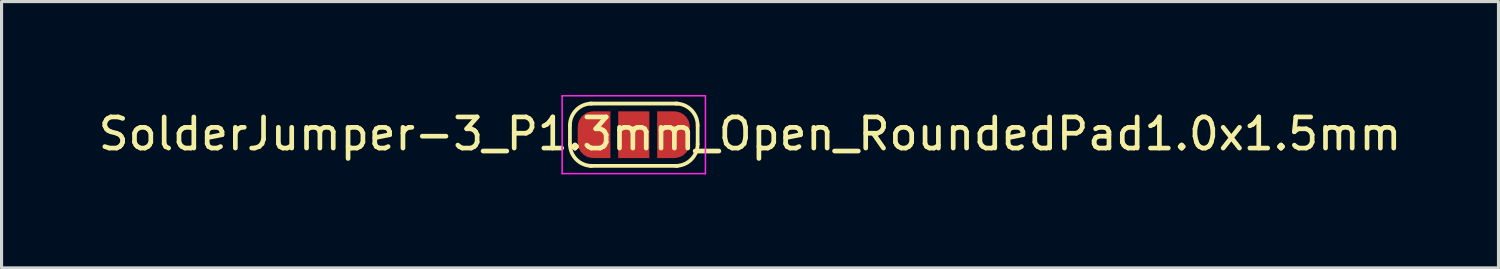
<source format=kicad_pcb>
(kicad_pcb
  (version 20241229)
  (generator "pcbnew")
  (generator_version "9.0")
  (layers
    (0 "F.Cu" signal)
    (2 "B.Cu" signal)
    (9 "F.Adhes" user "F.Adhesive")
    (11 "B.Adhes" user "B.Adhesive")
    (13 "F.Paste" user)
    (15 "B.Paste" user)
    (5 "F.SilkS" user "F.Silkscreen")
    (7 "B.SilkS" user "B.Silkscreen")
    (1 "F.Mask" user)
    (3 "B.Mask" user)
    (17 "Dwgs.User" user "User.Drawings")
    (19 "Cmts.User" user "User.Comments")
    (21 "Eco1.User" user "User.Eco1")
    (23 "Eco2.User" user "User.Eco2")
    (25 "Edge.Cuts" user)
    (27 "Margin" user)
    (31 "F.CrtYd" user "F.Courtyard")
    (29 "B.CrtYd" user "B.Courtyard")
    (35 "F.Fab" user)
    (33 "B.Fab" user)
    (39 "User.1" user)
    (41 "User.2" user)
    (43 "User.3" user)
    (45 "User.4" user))
  (footprint "SolderJumper-3_P1.3mm_Open_RoundedPad1.0x1.5mm"
    (layer "F.Cu")
    (at 17.298 1.275)
    (property "Reference" "SolderJumper-3_P1.3mm_Open_RoundedPad1.0x1.5mm" (at 3.732 -0.026 0) (layer "F.SilkS") (effects (font (size 1 1) (thickness 0.15))))
    (attr exclude_from_pos_files exclude_from_bom)
    (fp_line (start -2.05 0.3) (end -2.05 -0.3) (stroke (width 0.12) (type solid)) (layer "F.SilkS"))
    (fp_line (start -1.4 -1) (end 1.4 -1) (stroke (width 0.12) (type solid)) (layer "F.SilkS"))
    (fp_line (start 1.4 1) (end -1.4 1) (stroke (width 0.12) (type solid)) (layer "F.SilkS"))
    (fp_line (start 2.05 -0.3) (end 2.05 0.3) (stroke (width 0.12) (type solid)) (layer "F.SilkS"))
    (fp_arc (start -2.05 -0.3) (mid -1.844975 -0.794975) (end -1.35 -1) (stroke (width 0.12) (type solid)) (layer "F.SilkS"))
    (fp_arc (start -1.35 1) (mid -1.844975 0.794975) (end -2.05 0.3) (stroke (width 0.12) (type solid)) (layer "F.SilkS"))
    (fp_arc (start 1.35 -1) (mid 1.844975 -0.794975) (end 2.05 -0.3) (stroke (width 0.12) (type solid)) (layer "F.SilkS"))
    (fp_arc (start 2.05 0.3) (mid 1.844975 0.794975) (end 1.35 1) (stroke (width 0.12) (type solid)) (layer "F.SilkS"))
    (fp_line (start -2.3 -1.25) (end -2.3 1.25) (stroke (width 0.05) (type solid)) (layer "F.CrtYd"))
    (fp_line (start -2.3 -1.25) (end 2.3 -1.25) (stroke (width 0.05) (type solid)) (layer "F.CrtYd"))
    (fp_line (start 2.3 1.25) (end -2.3 1.25) (stroke (width 0.05) (type solid)) (layer "F.CrtYd"))
    (fp_line (start 2.3 1.25) (end 2.3 -1.25) (stroke (width 0.05) (type solid)) (layer "F.CrtYd"))
    (pad "1" smd custom (at -1.3 0) (size 1 0.5) (layers "F.Cu" "F.Mask") (options (anchor rect)) (primitives (gr_circle (center 0 0.25) (end 0.5 0.25) (width 0) (fill yes)) (gr_circle (center 0 -0.25) (end 0.5 -0.25) (width 0) (fill yes)) (gr_poly (pts (xy 0.55 -0.75) (xy 0 -0.75) (xy 0 0.75) (xy 0.55 0.75)) (width 0) (fill yes))))
    (pad "2" smd rect (at 0 0) (size 1 1.5) (layers "F.Cu" "F.Mask"))
    (pad "3" smd custom (at 1.3 0) (size 1 0.5) (layers "F.Cu" "F.Mask") (options (anchor rect)) (primitives (gr_circle (center 0 0.25) (end 0.5 0.25) (width 0) (fill yes)) (gr_circle (center 0 -0.25) (end 0.5 -0.25) (width 0) (fill yes)) (gr_poly (pts (xy -0.55 -0.75) (xy 0 -0.75) (xy 0 0.75) (xy -0.55 0.75)) (width 0) (fill yes)))))
  (gr_rect
    (start -3 -3)
    (end 45.06 5.55)
    (stroke (width 0.1) (type default))
    (fill no)
    (layer "Edge.Cuts")))
</source>
